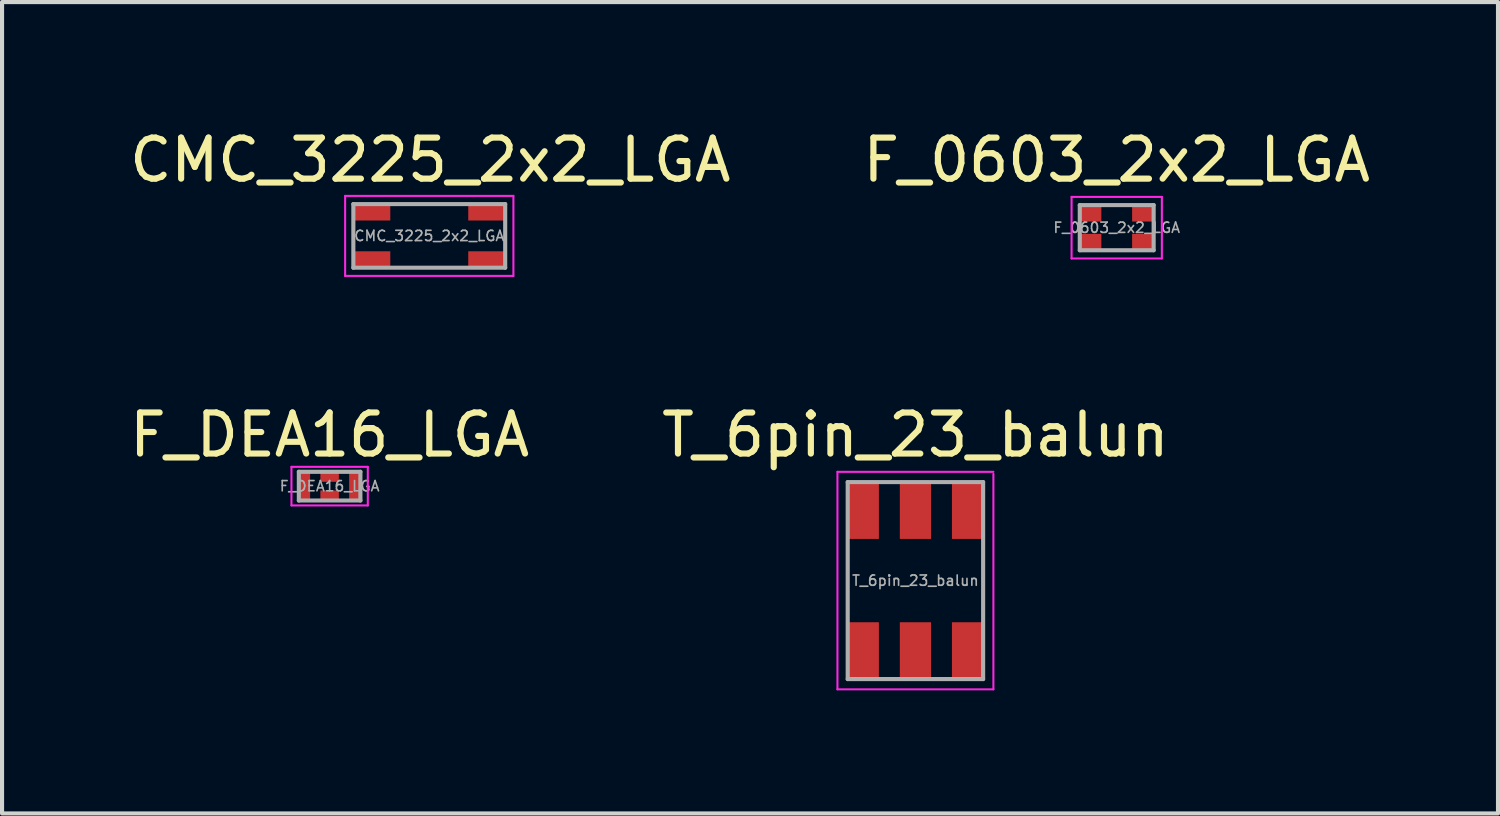
<source format=kicad_pcb>
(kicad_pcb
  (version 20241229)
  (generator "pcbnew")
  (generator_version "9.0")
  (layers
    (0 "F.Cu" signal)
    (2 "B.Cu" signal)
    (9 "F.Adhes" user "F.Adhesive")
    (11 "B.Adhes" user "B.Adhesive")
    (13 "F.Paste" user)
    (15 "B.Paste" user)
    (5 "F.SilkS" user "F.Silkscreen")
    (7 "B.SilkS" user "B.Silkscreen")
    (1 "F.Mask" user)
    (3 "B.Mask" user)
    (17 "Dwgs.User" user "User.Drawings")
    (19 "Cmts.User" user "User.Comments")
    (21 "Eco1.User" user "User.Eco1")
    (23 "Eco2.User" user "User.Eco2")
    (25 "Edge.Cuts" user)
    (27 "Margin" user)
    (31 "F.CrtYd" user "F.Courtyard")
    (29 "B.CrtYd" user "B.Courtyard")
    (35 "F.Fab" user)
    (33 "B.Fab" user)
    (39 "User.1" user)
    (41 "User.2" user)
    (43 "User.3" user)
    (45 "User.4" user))
  (footprint "CMC_3225_2x2_LGA"
    (layer "F.Cu")
    (at 7.41 2.698)
    (property "Reference" "CMC_3225_2x2_LGA" (at 0.025 -1.85 0) (layer "F.SilkS") (effects (font (size 1 1) (thickness 0.15))))
    (attr smd)
    (fp_line (start -2.05 -0.975) (end 2.05 -0.975) (stroke (width 0.05) (type solid)) (layer "F.CrtYd"))
    (fp_line (start -2.05 0.975) (end -2.05 -0.975) (stroke (width 0.05) (type solid)) (layer "F.CrtYd"))
    (fp_line (start 2.05 -0.975) (end 2.05 0.975) (stroke (width 0.05) (type solid)) (layer "F.CrtYd"))
    (fp_line (start 2.05 0.975) (end -2.05 0.975) (stroke (width 0.05) (type solid)) (layer "F.CrtYd"))
    (fp_line (start -1.85 -0.775) (end 1.85 -0.775) (stroke (width 0.1) (type solid)) (layer "F.Fab"))
    (fp_line (start -1.85 0.775) (end -1.85 -0.775) (stroke (width 0.1) (type solid)) (layer "F.Fab"))
    (fp_line (start 1.85 -0.775) (end 1.85 0.775) (stroke (width 0.1) (type solid)) (layer "F.Fab"))
    (fp_line (start 1.85 0.775) (end -1.85 0.775) (stroke (width 0.1) (type solid)) (layer "F.Fab"))
    (fp_text user "${REFERENCE}" (at 0 0 0) (layer "F.Fab") (effects (font (size 0.25 0.25) (thickness 0.04))))
    (pad "1" smd rect (at -1.4 -0.575) (size 0.9 0.4) (layers "F.Cu" "F.Mask" "F.Paste"))
    (pad "2" smd rect (at -1.4 0.575) (size 0.9 0.4) (layers "F.Cu" "F.Mask" "F.Paste"))
    (pad "3" smd rect (at 1.4 0.575) (size 0.9 0.4) (layers "F.Cu" "F.Mask" "F.Paste"))
    (pad "4" smd rect (at 1.4 -0.575) (size 0.9 0.4) (layers "F.Cu" "F.Mask" "F.Paste")))
  (footprint "F_0603_2x2_LGA"
    (layer "F.Cu")
    (at 24.161 2.498)
    (property "Reference" "F_0603_2x2_LGA" (at 0 -1.65 0) (layer "F.SilkS") (effects (font (size 1 1) (thickness 0.15))))
    (attr smd)
    (fp_line (start -1.1 -0.75) (end 1.1 -0.75) (stroke (width 0.05) (type solid)) (layer "F.CrtYd"))
    (fp_line (start -1.1 0.75) (end -1.1 -0.75) (stroke (width 0.05) (type solid)) (layer "F.CrtYd"))
    (fp_line (start 1.1 -0.75) (end 1.1 0.75) (stroke (width 0.05) (type solid)) (layer "F.CrtYd"))
    (fp_line (start 1.1 0.75) (end -1.1 0.75) (stroke (width 0.05) (type solid)) (layer "F.CrtYd"))
    (fp_line (start -0.9 -0.55) (end 0.9 -0.55) (stroke (width 0.1) (type solid)) (layer "F.Fab"))
    (fp_line (start -0.9 0.55) (end -0.9 -0.55) (stroke (width 0.1) (type solid)) (layer "F.Fab"))
    (fp_line (start 0.9 -0.55) (end 0.9 0.55) (stroke (width 0.1) (type solid)) (layer "F.Fab"))
    (fp_line (start 0.9 0.55) (end -0.9 0.55) (stroke (width 0.1) (type solid)) (layer "F.Fab"))
    (fp_text user "${REFERENCE}" (at 0 0 0) (layer "F.Fab") (effects (font (size 0.25 0.25) (thickness 0.04))))
    (pad "1" smd rect (at -0.625 0.35) (size 0.5 0.4) (layers "F.Cu" "F.Mask" "F.Paste"))
    (pad "2" smd rect (at -0.625 -0.35) (size 0.5 0.4) (layers "F.Cu" "F.Mask" "F.Paste"))
    (pad "3" smd rect (at 0.625 0.35) (size 0.5 0.4) (layers "F.Cu" "F.Mask" "F.Paste"))
    (pad "4" smd rect (at 0.625 -0.35) (size 0.5 0.4) (layers "F.Cu" "F.Mask" "F.Paste")))
  (footprint "T_6pin_23_balun"
    (layer "F.Cu")
    (at 19.256 11.097)
    (property "Reference" "T_6pin_23_balun" (at 0 -3.55 0) (layer "F.SilkS") (effects (font (size 1 1) (thickness 0.15))))
    (attr smd)
    (fp_line (start -1.9 -2.65) (end 1.9 -2.65) (stroke (width 0.05) (type solid)) (layer "F.CrtYd"))
    (fp_line (start -1.9 2.65) (end -1.9 -2.65) (stroke (width 0.05) (type solid)) (layer "F.CrtYd"))
    (fp_line (start 1.9 -2.6) (end 1.9 2.65) (stroke (width 0.05) (type solid)) (layer "F.CrtYd"))
    (fp_line (start 1.9 2.65) (end -1.9 2.65) (stroke (width 0.05) (type solid)) (layer "F.CrtYd"))
    (fp_line (start -1.65 -2.4) (end 1.65 -2.4) (stroke (width 0.1) (type solid)) (layer "F.Fab"))
    (fp_line (start -1.65 2.4) (end -1.65 -2.4) (stroke (width 0.1) (type solid)) (layer "F.Fab"))
    (fp_line (start -1.65 2.4) (end 1.65 2.4) (stroke (width 0.1) (type solid)) (layer "F.Fab"))
    (fp_line (start 1.65 2.4) (end 1.65 -2.4) (stroke (width 0.1) (type solid)) (layer "F.Fab"))
    (fp_text user "${REFERENCE}" (at 0 0 0) (layer "F.Fab") (effects (font (size 0.25 0.25) (thickness 0.04))))
    (pad "1" smd rect (at -1.27 1.715) (size 0.76 1.4) (layers "F.Cu" "F.Mask" "F.Paste"))
    (pad "2" smd rect (at 0 1.715) (size 0.76 1.4) (layers "F.Cu" "F.Mask" "F.Paste"))
    (pad "3" smd rect (at 1.27 1.715) (size 0.76 1.4) (layers "F.Cu" "F.Mask" "F.Paste"))
    (pad "4" smd rect (at 1.27 -1.715) (size 0.76 1.4) (layers "F.Cu" "F.Mask" "F.Paste"))
    (pad "5" smd rect (at 0 -1.715) (size 0.76 1.4) (layers "F.Cu" "F.Mask" "F.Paste"))
    (pad "6" smd rect (at -1.27 -1.715) (size 0.76 1.4) (layers "F.Cu" "F.Mask" "F.Paste")))
  (footprint "F_DEA16_LGA"
    (layer "F.Cu")
    (at 4.982 8.796)
    (property "Reference" "F_DEA16_LGA" (at 0 -1.25 0) (layer "F.SilkS") (effects (font (size 1 1) (thickness 0.15))))
    (attr smd)
    (fp_line (start -0.93 -0.47) (end 0.93 -0.47) (stroke (width 0.05) (type solid)) (layer "F.CrtYd"))
    (fp_line (start -0.93 0.47) (end -0.93 -0.47) (stroke (width 0.05) (type solid)) (layer "F.CrtYd"))
    (fp_line (start 0.93 -0.47) (end 0.93 0.47) (stroke (width 0.05) (type solid)) (layer "F.CrtYd"))
    (fp_line (start 0.93 0.47) (end -0.93 0.47) (stroke (width 0.05) (type solid)) (layer "F.CrtYd"))
    (fp_line (start -0.75 -0.35) (end 0.75 -0.35) (stroke (width 0.1) (type solid)) (layer "F.Fab"))
    (fp_line (start -0.75 0.35) (end -0.75 -0.35) (stroke (width 0.1) (type solid)) (layer "F.Fab"))
    (fp_line (start 0.75 -0.35) (end 0.75 0.35) (stroke (width 0.1) (type solid)) (layer "F.Fab"))
    (fp_line (start 0.75 0.35) (end -0.75 0.35) (stroke (width 0.1) (type solid)) (layer "F.Fab"))
    (fp_text user "${REFERENCE}" (at 0 0 0) (layer "F.Fab") (effects (font (size 0.25 0.25) (thickness 0.04))))
    (pad "1" smd rect (at -0.613 0) (size 0.275 0.7) (layers "F.Cu" "F.Mask" "F.Paste"))
    (pad "2" smd rect (at 0 -0.228) (size 0.45 0.245) (layers "F.Cu" "F.Mask" "F.Paste"))
    (pad "3" smd rect (at 0.613 0) (size 0.275 0.7) (layers "F.Cu" "F.Mask" "F.Paste"))
    (pad "4" smd rect (at 0 0.228) (size 0.45 0.245) (layers "F.Cu" "F.Mask" "F.Paste")))
  (gr_rect
    (start -3 -3)
    (end 33.452 16.771)
    (stroke (width 0.1) (type default))
    (fill no)
    (layer "Edge.Cuts")))
</source>
